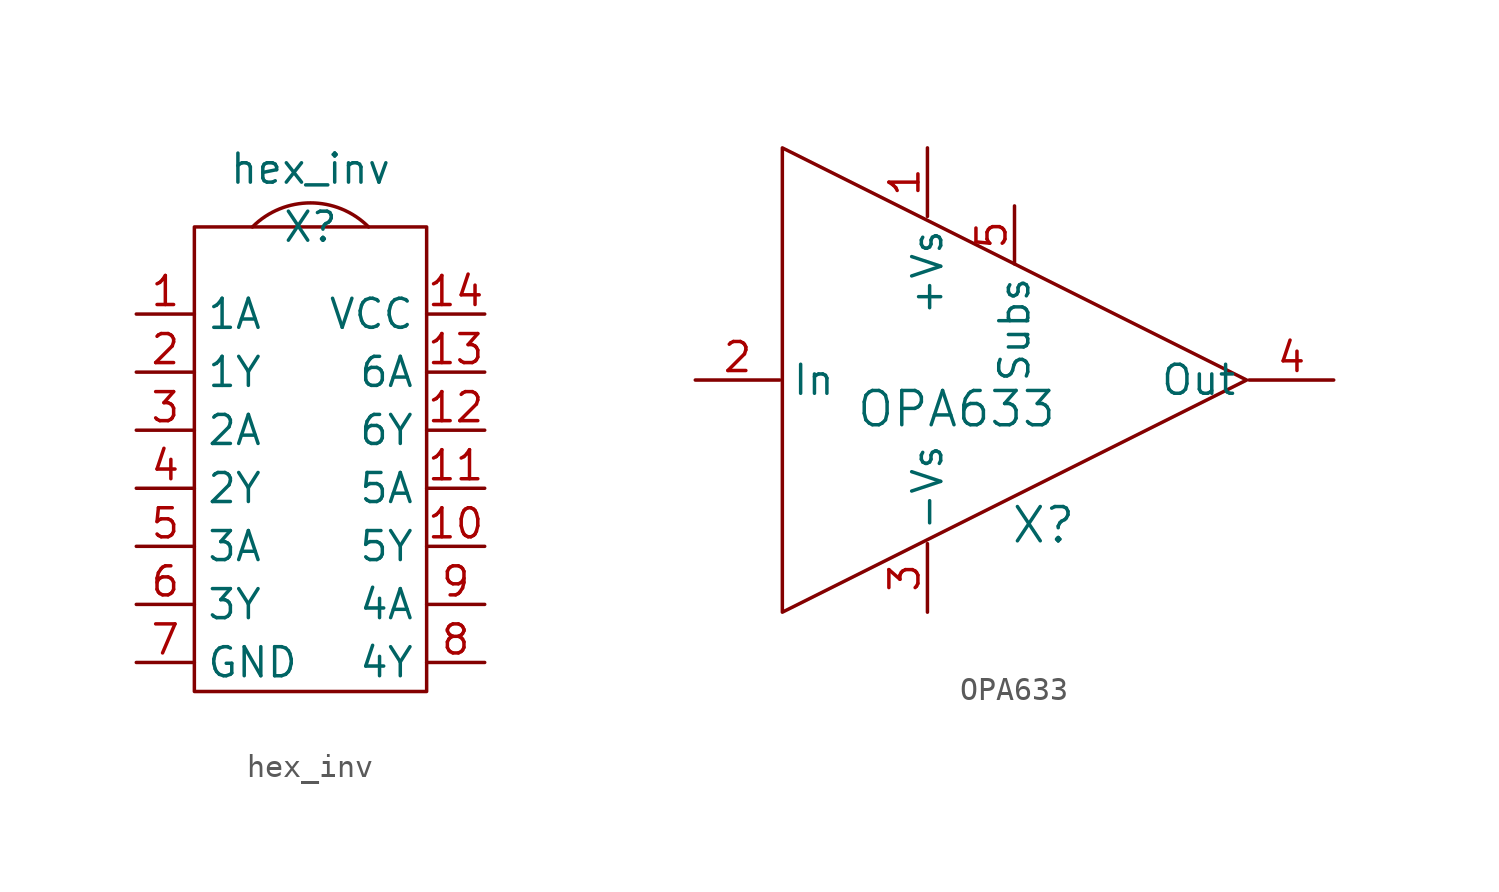
<source format=kicad_sym>
(kicad_symbol_lib
  (version 20211014)
  (generator kicad_symbol_editor)
  (symbol "hex_inv"
    (property "Reference" "X"
      (at 0 0 0)
      (effects (font (size 1.27 1.27))))
    (property "Value" "hex_inv"
      (at 0 2.54 0)
      (effects (font (size 1.27 1.27))))
    (symbol "hex_inv_0_1"
      (rectangle (start -5.08 0) (end 5.08 -20.32) (stroke (width 0) (type default) (color 0 0 0 0)) (fill (type none)))
      (arc (start 2.54 0) (mid 0 6.1321) (end -2.54 0) (stroke (width 0) (type default) (color 0 0 0 0)) (fill (type none))))
    (symbol "hex_inv_1_1"
      (pin input line (at -7.62 -3.81 0) (length 2.54) (name "1A" (effects (font (size 1.27 1.27)))) (number "1" (effects (font (size 1.27 1.27)))))
      (pin output line (at 7.62 -13.97 180) (length 2.54) (name "5Y" (effects (font (size 1.27 1.27)))) (number "10" (effects (font (size 1.27 1.27)))))
      (pin input line (at 7.62 -11.43 180) (length 2.54) (name "5A" (effects (font (size 1.27 1.27)))) (number "11" (effects (font (size 1.27 1.27)))))
      (pin output line (at 7.62 -8.89 180) (length 2.54) (name "6Y" (effects (font (size 1.27 1.27)))) (number "12" (effects (font (size 1.27 1.27)))))
      (pin input line (at 7.62 -6.35 180) (length 2.54) (name "6A" (effects (font (size 1.27 1.27)))) (number "13" (effects (font (size 1.27 1.27)))))
      (pin passive line (at 7.62 -3.81 180) (length 2.54) (name "VCC" (effects (font (size 1.27 1.27)))) (number "14" (effects (font (size 1.27 1.27)))))
      (pin output line (at -7.62 -6.35 0) (length 2.54) (name "1Y" (effects (font (size 1.27 1.27)))) (number "2" (effects (font (size 1.27 1.27)))))
      (pin input line (at -7.62 -8.89 0) (length 2.54) (name "2A" (effects (font (size 1.27 1.27)))) (number "3" (effects (font (size 1.27 1.27)))))
      (pin output line (at -7.62 -11.43 0) (length 2.54) (name "2Y" (effects (font (size 1.27 1.27)))) (number "4" (effects (font (size 1.27 1.27)))))
      (pin input line (at -7.62 -13.97 0) (length 2.54) (name "3A" (effects (font (size 1.27 1.27)))) (number "5" (effects (font (size 1.27 1.27)))))
      (pin output line (at -7.62 -16.51 0) (length 2.54) (name "3Y" (effects (font (size 1.27 1.27)))) (number "6" (effects (font (size 1.27 1.27)))))
      (pin passive line (at -7.62 -19.05 0) (length 2.54) (name "GND" (effects (font (size 1.27 1.27)))) (number "7" (effects (font (size 1.27 1.27)))))
      (pin output line (at 7.62 -19.05 180) (length 2.54) (name "4Y" (effects (font (size 1.27 1.27)))) (number "8" (effects (font (size 1.27 1.27)))))
      (pin input line (at 7.62 -16.51 180) (length 2.54) (name "4A" (effects (font (size 1.27 1.27)))) (number "9" (effects (font (size 1.27 1.27)))))))
  (symbol "OPA633"
    (property "Reference" "X"
      (at 5.08 -13.97 0)
      (effects (font (size 1.5 1.5))))
    (property "Value" "OPA633"
      (at 1.27 -8.89 0)
      (effects (font (size 1.5 1.5))))
    (symbol "OPA633_0_1"
      (polyline (pts (xy -6.35 2.54) (xy -6.35 -17.78) (xy -6.35 2.54) (xy 13.97 -7.62) (xy -6.35 -17.78)) (stroke (width 0) (type default) (color 0 0 0 0)) (fill (type none))))
    (symbol "OPA633_1_1"
      (pin passive line (at 0 2.54 270) (length 3) (name "+Vs" (effects (font (size 1.27 1.27)))) (number "1" (effects (font (size 1.27 1.27)))))
      (pin input line (at -10.16 -7.62 0) (length 3.7) (name "In" (effects (font (size 1.27 1.27)))) (number "2" (effects (font (size 1.27 1.27)))))
      (pin passive line (at 0 -17.78 90) (length 3) (name "-Vs" (effects (font (size 1.27 1.27)))) (number "3" (effects (font (size 1.27 1.27)))))
      (pin output line (at 17.78 -7.62 180) (length 3.7) (name "Out" (effects (font (size 1.27 1.27)))) (number "4" (effects (font (size 1.27 1.27)))))
      (pin passive line (at 3.81 0 270) (length 2.54) (name "Subs" (effects (font (size 1.27 1.27)))) (number "5" (effects (font (size 1.27 1.27))))))))
</source>
